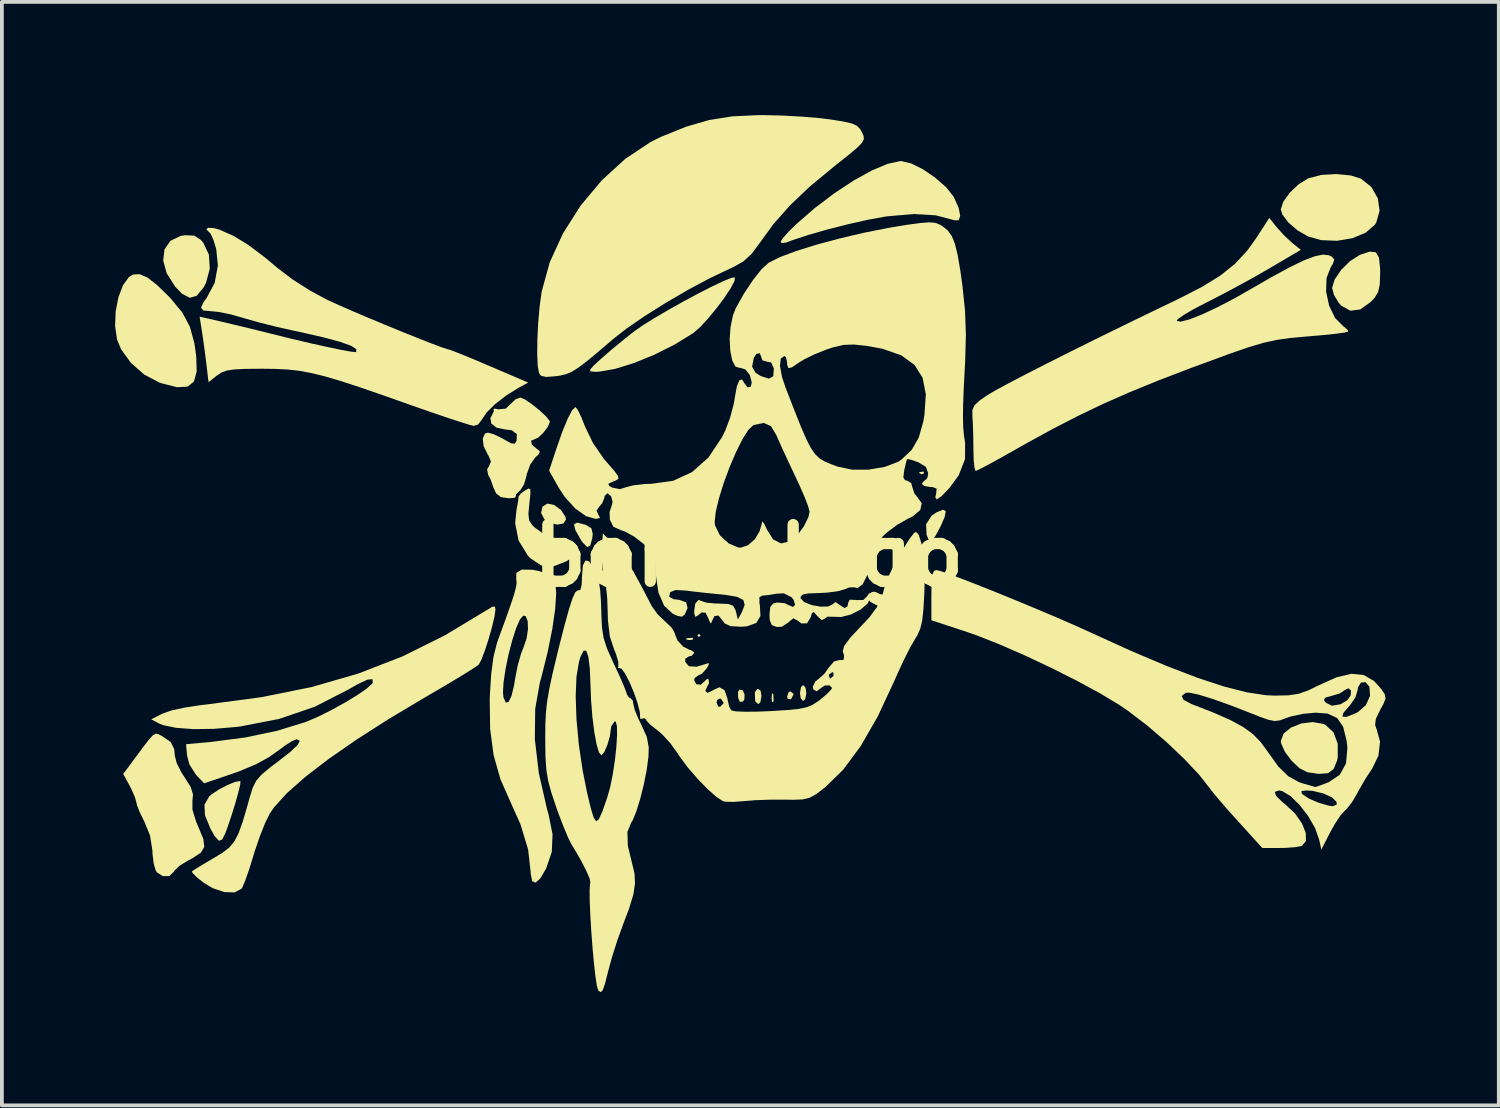
<source format=kicad_pcb>
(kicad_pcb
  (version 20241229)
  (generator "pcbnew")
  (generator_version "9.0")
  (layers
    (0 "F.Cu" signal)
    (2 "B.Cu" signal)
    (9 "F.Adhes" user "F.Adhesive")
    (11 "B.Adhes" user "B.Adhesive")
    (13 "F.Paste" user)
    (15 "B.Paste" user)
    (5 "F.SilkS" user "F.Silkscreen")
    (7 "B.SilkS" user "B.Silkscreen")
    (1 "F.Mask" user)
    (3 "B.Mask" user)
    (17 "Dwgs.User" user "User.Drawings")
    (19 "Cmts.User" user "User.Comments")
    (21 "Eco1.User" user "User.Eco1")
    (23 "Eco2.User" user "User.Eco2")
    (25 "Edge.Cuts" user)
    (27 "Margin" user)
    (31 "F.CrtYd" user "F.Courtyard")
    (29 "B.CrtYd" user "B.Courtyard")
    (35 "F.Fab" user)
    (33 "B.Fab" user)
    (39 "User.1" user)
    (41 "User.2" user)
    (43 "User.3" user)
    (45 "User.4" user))
  (footprint "bone_logo"
    (layer "F.Cu")
    (at 16.79 11.675)
    (property "Reference" "bone_logo" (at 0 0 0) (layer "F.SilkS") (effects (font (size 1.5 1.5) (thickness 0.3))))
    (attr board_only exclude_from_pos_files exclude_from_bom)
    (fp_poly (pts (xy -1.274 2.117) (xy -1.317 2.159) (xy -1.359 2.117) (xy -1.317 2.074)) (stroke (width 0) (type solid)) (fill yes) (layer "F.SilkS"))
    (fp_poly (pts (xy -1.467 2.193) (xy -1.492 2.231) (xy -1.579 2.237) (xy -1.669 2.216) (xy -1.63 2.186) (xy -1.497 2.176)) (stroke (width 0) (type solid)) (fill yes) (layer "F.SilkS"))
    (fp_poly (pts (xy 0.651 3.662) (xy 0.662 3.835) (xy 0.651 3.873) (xy 0.62 3.884) (xy 0.608 3.768) (xy 0.621 3.647)) (stroke (width 0) (type solid)) (fill yes) (layer "F.SilkS"))
    (fp_poly (pts (xy 4.644 -2.215) (xy 4.632 -2.165) (xy 4.587 -2.159) (xy 4.517 -2.19) (xy 4.531 -2.215) (xy 4.631 -2.226)) (stroke (width 0) (type solid)) (fill yes) (layer "F.SilkS"))
    (fp_poly (pts (xy -0.161 3.565) (xy -0.109 3.675) (xy -0.114 3.809) (xy -0.147 3.864) (xy -0.231 3.876) (xy -0.278 3.773) (xy -0.283 3.613) (xy -0.246 3.551)) (stroke (width 0) (type solid)) (fill yes) (layer "F.SilkS"))
    (fp_poly (pts (xy 1.187 3.659) (xy 1.189 3.678) (xy 1.128 3.793) (xy 1.104 3.81) (xy 1.032 3.791) (xy 1.019 3.73) (xy 1.064 3.614) (xy 1.104 3.598)) (stroke (width 0) (type solid)) (fill yes) (layer "F.SilkS"))
    (fp_poly (pts (xy 1.508 3.501) (xy 1.529 3.641) (xy 1.5 3.8) (xy 1.444 3.852) (xy 1.38 3.78) (xy 1.359 3.641) (xy 1.388 3.482) (xy 1.444 3.429)) (stroke (width 0) (type solid)) (fill yes) (layer "F.SilkS"))
    (fp_poly (pts (xy 0.316 3.578) (xy 0.34 3.718) (xy 0.312 3.881) (xy 0.255 3.937) (xy 0.179 3.868) (xy 0.17 3.81) (xy 0.166 3.657) (xy 0.164 3.622) (xy 0.222 3.541) (xy 0.248 3.53)) (stroke (width 0) (type solid)) (fill yes) (layer "F.SilkS"))
    (fp_poly (pts (xy -5.153 -1.342) (xy -4.971 -1.206) (xy -4.855 -1.028) (xy -4.842 -0.956) (xy -4.909 -0.852) (xy -5.068 -0.822) (xy -5.261 -0.864) (xy -5.412 -0.961) (xy -5.501 -1.132) (xy -5.467 -1.295) (xy -5.336 -1.38)) (stroke (width 0) (type solid)) (fill yes) (layer "F.SilkS"))
    (fp_poly (pts (xy 5.223 -1.181) (xy 5.195 -1.025) (xy 5.084 -0.772) (xy 4.943 -0.51) (xy 4.842 -0.399) (xy 4.766 -0.431) (xy 4.715 -0.55) (xy 4.702 -0.83) (xy 4.847 -1.058) (xy 4.971 -1.144) (xy 5.15 -1.217)) (stroke (width 0) (type solid)) (fill yes) (layer "F.SilkS"))
    (fp_poly (pts (xy -4.344 -0.824) (xy -4.309 -0.812) (xy -4.167 -0.725) (xy -4.132 -0.576) (xy -4.143 -0.473) (xy -4.197 -0.268) (xy -4.281 -0.228) (xy -4.402 -0.353) (xy -4.435 -0.402) (xy -4.591 -0.673) (xy -4.629 -0.827) (xy -4.548 -0.875)) (stroke (width 0) (type solid)) (fill yes) (layer "F.SilkS"))
    (fp_poly (pts (xy -14.69 -8.48) (xy -14.517 -8.367) (xy -14.451 -8.29) (xy -14.304 -7.977) (xy -14.28 -7.604) (xy -14.381 -7.228) (xy -14.448 -7.101) (xy -14.627 -6.887) (xy -14.81 -6.833) (xy -15.015 -6.939) (xy -15.2 -7.131) (xy -15.423 -7.484) (xy -15.515 -7.82) (xy -15.481 -8.115) (xy -15.326 -8.341) (xy -15.055 -8.473) (xy -14.931 -8.492)) (stroke (width 0) (type solid)) (fill yes) (layer "F.SilkS"))
    (fp_poly (pts (xy -13.468 5.98) (xy -13.475 6.071) (xy -13.525 6.279) (xy -13.605 6.564) (xy -13.703 6.881) (xy -13.807 7.189) (xy -13.864 7.345) (xy -13.951 7.522) (xy -14.038 7.556) (xy -14.146 7.441) (xy -14.263 7.236) (xy -14.409 6.877) (xy -14.421 6.599) (xy -14.297 6.382) (xy -14.233 6.326) (xy -14.036 6.195) (xy -13.809 6.077) (xy -13.606 5.995) (xy -13.48 5.974)) (stroke (width 0) (type solid)) (fill yes) (layer "F.SilkS"))
    (fp_poly (pts (xy 15.231 4.46) (xy 15.288 4.486) (xy 15.499 4.684) (xy 15.611 4.984) (xy 15.611 5.343) (xy 15.591 5.438) (xy 15.503 5.653) (xy 15.355 5.764) (xy 15.112 5.784) (xy 14.807 5.74) (xy 14.605 5.638) (xy 14.39 5.438) (xy 14.209 5.196) (xy 14.109 4.969) (xy 14.102 4.91) (xy 14.178 4.714) (xy 14.376 4.554) (xy 14.649 4.447) (xy 14.95 4.41)) (stroke (width 0) (type solid)) (fill yes) (layer "F.SilkS"))
    (fp_poly (pts (xy 16.62 -8.039) (xy 16.704 -7.898) (xy 16.734 -7.615) (xy 16.735 -7.489) (xy 16.725 -7.185) (xy 16.682 -6.986) (xy 16.586 -6.83) (xy 16.487 -6.724) (xy 16.209 -6.525) (xy 15.946 -6.491) (xy 15.708 -6.621) (xy 15.637 -6.7) (xy 15.513 -6.906) (xy 15.461 -7.092) (xy 15.461 -7.094) (xy 15.528 -7.317) (xy 15.7 -7.57) (xy 15.935 -7.804) (xy 16.189 -7.967) (xy 16.204 -7.973) (xy 16.46 -8.057)) (stroke (width 0) (type solid)) (fill yes) (layer "F.SilkS"))
    (fp_poly (pts (xy 15.959 -10.075) (xy 16.228 -9.989) (xy 16.504 -9.768) (xy 16.673 -9.469) (xy 16.72 -9.141) (xy 16.633 -8.83) (xy 16.597 -8.773) (xy 16.353 -8.559) (xy 16.001 -8.413) (xy 15.59 -8.344) (xy 15.171 -8.361) (xy 14.824 -8.459) (xy 14.543 -8.622) (xy 14.302 -8.829) (xy 14.143 -9.04) (xy 14.102 -9.176) (xy 14.169 -9.382) (xy 14.341 -9.62) (xy 14.576 -9.842) (xy 14.828 -9.998) (xy 14.838 -10.002) (xy 15.177 -10.089) (xy 15.576 -10.113)) (stroke (width 0) (type solid)) (fill yes) (layer "F.SilkS"))
    (fp_poly (pts (xy -15.934 -7.371) (xy -15.678 -7.172) (xy -15.349 -6.85) (xy -15.31 -6.809) (xy -15.006 -6.439) (xy -14.807 -6.064) (xy -14.687 -5.623) (xy -14.64 -5.285) (xy -14.628 -4.88) (xy -14.701 -4.613) (xy -14.87 -4.478) (xy -15.148 -4.464) (xy -15.546 -4.564) (xy -15.62 -4.589) (xy -16.016 -4.797) (xy -16.37 -5.107) (xy -16.633 -5.471) (xy -16.738 -5.726) (xy -16.79 -6.087) (xy -16.775 -6.476) (xy -16.701 -6.85) (xy -16.58 -7.167) (xy -16.423 -7.384) (xy -16.314 -7.45) (xy -16.139 -7.459)) (stroke (width 0) (type solid)) (fill yes) (layer "F.SilkS"))
    (fp_poly (pts (xy -5.786 -1.758) (xy -5.784 -1.629) (xy -5.812 -1.38) (xy -5.837 -1.105) (xy -5.817 -0.935) (xy -5.738 -0.811) (xy -5.674 -0.749) (xy -5.318 -0.493) (xy -4.963 -0.387) (xy -4.853 -0.381) (xy -4.616 -0.338) (xy -4.522 -0.227) (xy -4.571 -0.071) (xy -4.764 0.107) (xy -4.837 0.153) (xy -5.186 0.289) (xy -5.5 0.26) (xy -5.789 0.066) (xy -5.849 0.002) (xy -6.098 -0.402) (xy -6.188 -0.858) (xy -6.154 -1.207) (xy -6.113 -1.423) (xy -6.096 -1.558) (xy -6.096 -1.571) (xy -6.04 -1.645) (xy -5.93 -1.726) (xy -5.831 -1.78)) (stroke (width 0) (type solid)) (fill yes) (layer "F.SilkS"))
    (fp_poly (pts (xy -0.363 -7.375) (xy -0.375 -7.277) (xy -0.476 -7.086) (xy -0.642 -6.836) (xy -0.849 -6.56) (xy -1.071 -6.29) (xy -1.284 -6.059) (xy -1.464 -5.901) (xy -1.477 -5.892) (xy -1.97 -5.59) (xy -2.506 -5.322) (xy -3.045 -5.102) (xy -3.545 -4.948) (xy -3.965 -4.875) (xy -4.074 -4.872) (xy -4.184 -4.881) (xy -4.205 -4.922) (xy -4.124 -5.02) (xy -3.929 -5.202) (xy -3.908 -5.221) (xy -3.63 -5.462) (xy -3.296 -5.737) (xy -3.038 -5.941) (xy -2.807 -6.103) (xy -2.492 -6.299) (xy -2.123 -6.515) (xy -1.729 -6.736) (xy -1.336 -6.947) (xy -0.975 -7.131) (xy -0.673 -7.274) (xy -0.46 -7.361) (xy -0.363 -7.375)) (stroke (width 0) (type solid)) (fill yes) (layer "F.SilkS"))
    (fp_poly (pts (xy 4.303 -10.396) (xy 4.619 -10.239) (xy 4.944 -10.017) (xy 5.231 -9.765) (xy 5.429 -9.517) (xy 5.441 -9.495) (xy 5.566 -9.213) (xy 5.607 -9.002) (xy 5.565 -8.887) (xy 5.458 -8.887) (xy 4.957 -9.019) (xy 4.369 -9.053) (xy 3.668 -8.992) (xy 3.597 -8.981) (xy 3.153 -8.9) (xy 2.634 -8.783) (xy 2.092 -8.645) (xy 1.582 -8.499) (xy 1.159 -8.36) (xy 0.998 -8.298) (xy 0.877 -8.283) (xy 0.849 -8.319) (xy 0.907 -8.415) (xy 1.059 -8.586) (xy 1.258 -8.782) (xy 1.756 -9.214) (xy 2.274 -9.606) (xy 2.785 -9.942) (xy 3.264 -10.207) (xy 3.681 -10.383) (xy 4.012 -10.455) (xy 4.045 -10.456)) (stroke (width 0) (type solid)) (fill yes) (layer "F.SilkS"))
    (fp_poly (pts (xy -15.644 4.73) (xy -15.558 4.776) (xy -15.54 4.785) (xy -15.319 4.938) (xy -15.223 5.125) (xy -15.207 5.3) (xy -15.158 5.496) (xy -15.032 5.747) (xy -14.946 5.878) (xy -14.785 6.132) (xy -14.726 6.329) (xy -14.74 6.483) (xy -14.741 6.727) (xy -14.643 7.05) (xy -14.575 7.208) (xy -14.45 7.513) (xy -14.426 7.72) (xy -14.519 7.874) (xy -14.745 8.022) (xy -14.871 8.088) (xy -15.082 8.219) (xy -15.219 8.349) (xy -15.235 8.378) (xy -15.351 8.49) (xy -15.523 8.494) (xy -15.679 8.395) (xy -15.713 8.345) (xy -15.768 8.158) (xy -15.799 7.894) (xy -15.801 7.815) (xy -15.864 7.416) (xy -16.013 7.052) (xy -16.134 6.806) (xy -16.211 6.612) (xy -16.225 6.543) (xy -16.263 6.404) (xy -16.358 6.188) (xy -16.399 6.108) (xy -16.574 5.785) (xy -16.293 5.407) (xy -16.054 5.084) (xy -15.893 4.874) (xy -15.788 4.759) (xy -15.713 4.717)) (stroke (width 0) (type solid)) (fill yes) (layer "F.SilkS"))
    (fp_poly (pts (xy 0.877 -11.663) (xy 1.401 -11.635) (xy 1.879 -11.595) (xy 2.143 -11.563) (xy 2.504 -11.506) (xy 2.735 -11.453) (xy 2.873 -11.389) (xy 2.959 -11.298) (xy 3.001 -11.222) (xy 3.046 -11.122) (xy 3.053 -11.037) (xy 3.005 -10.943) (xy 2.883 -10.816) (xy 2.667 -10.634) (xy 2.34 -10.375) (xy 2.271 -10.32) (xy 1.622 -9.783) (xy 1.096 -9.283) (xy 0.659 -8.789) (xy 0.3 -8.296) (xy 0.079 -7.997) (xy -0.139 -7.798) (xy -0.418 -7.641) (xy -0.499 -7.605) (xy -1.021 -7.357) (xy -1.598 -7.049) (xy -2.189 -6.705) (xy -2.749 -6.353) (xy -3.236 -6.018) (xy -3.58 -5.749) (xy -3.984 -5.404) (xy -4.286 -5.154) (xy -4.512 -4.983) (xy -4.688 -4.873) (xy -4.841 -4.809) (xy -4.994 -4.772) (xy -5.11 -4.755) (xy -5.367 -4.736) (xy -5.504 -4.767) (xy -5.556 -4.836) (xy -5.59 -5.028) (xy -5.604 -5.345) (xy -5.599 -5.743) (xy -5.577 -6.178) (xy -5.539 -6.607) (xy -5.487 -6.986) (xy -5.483 -7.007) (xy -5.27 -7.778) (xy -4.918 -8.545) (xy -4.452 -9.277) (xy -3.894 -9.945) (xy -3.269 -10.516) (xy -2.6 -10.962) (xy -2.325 -11.098) (xy -1.656 -11.368) (xy -1.048 -11.544) (xy -0.434 -11.642) (xy 0.255 -11.674) (xy 0.382 -11.675)) (stroke (width 0) (type solid)) (fill yes) (layer "F.SilkS"))
    (fp_poly (pts (xy -5.927 -4.138) (xy -5.74 -4.01) (xy -5.536 -3.846) (xy -5.364 -3.685) (xy -5.272 -3.567) (xy -5.267 -3.548) (xy -5.321 -3.415) (xy -5.445 -3.252) (xy -5.583 -3.124) (xy -5.659 -3.09) (xy -5.766 -3.046) (xy -5.745 -2.942) (xy -5.628 -2.841) (xy -5.533 -2.766) (xy -5.56 -2.689) (xy -5.656 -2.601) (xy -5.786 -2.419) (xy -5.878 -2.166) (xy -5.887 -2.119) (xy -5.953 -1.888) (xy -6.049 -1.732) (xy -6.073 -1.714) (xy -6.167 -1.624) (xy -6.167 -1.579) (xy -6.201 -1.53) (xy -6.358 -1.522) (xy -6.562 -1.549) (xy -6.69 -1.646) (xy -6.765 -1.805) (xy -6.836 -2.015) (xy -6.903 -2.138) (xy -6.932 -2.288) (xy -6.884 -2.367) (xy -6.829 -2.494) (xy -6.894 -2.649) (xy -6.916 -2.682) (xy -7.023 -2.901) (xy -7.047 -3.101) (xy -6.989 -3.234) (xy -6.912 -3.26) (xy -6.753 -3.217) (xy -6.535 -3.112) (xy -6.487 -3.083) (xy -6.298 -2.978) (xy -6.201 -2.966) (xy -6.151 -3.037) (xy -6.142 -3.22) (xy -6.28 -3.324) (xy -6.451 -3.344) (xy -6.678 -3.39) (xy -6.821 -3.502) (xy -6.844 -3.647) (xy -6.807 -3.712) (xy -6.75 -3.833) (xy -6.763 -3.876) (xy -6.735 -3.897) (xy -6.629 -3.878) (xy -6.437 -3.896) (xy -6.319 -4.01) (xy -6.171 -4.148) (xy -6.048 -4.19)) (stroke (width 0) (type solid)) (fill yes) (layer "F.SilkS"))
    (fp_poly (pts (xy -5.738 0.373) (xy -5.583 0.403) (xy -5.318 0.482) (xy -5.178 0.584) (xy -5.127 0.697) (xy -5.1 0.991) (xy -5.127 1.416) (xy -5.204 1.946) (xy -5.326 2.551) (xy -5.489 3.204) (xy -5.532 3.357) (xy -5.657 4.061) (xy -5.666 4.869) (xy -5.561 5.761) (xy -5.343 6.718) (xy -5.304 6.852) (xy -5.197 7.386) (xy -5.217 7.851) (xy -5.367 8.292) (xy -5.369 8.295) (xy -5.522 8.555) (xy -5.649 8.666) (xy -5.737 8.626) (xy -5.776 8.431) (xy -5.777 8.386) (xy -5.845 7.787) (xy -6.045 7.125) (xy -6.299 6.557) (xy -6.579 5.923) (xy -6.759 5.286) (xy -6.851 4.597) (xy -6.862 3.809) (xy -6.857 3.683) (xy -6.854 3.627) (xy -6.511 3.627) (xy -6.497 3.759) (xy -6.435 3.894) (xy -6.361 3.876) (xy -6.285 3.718) (xy -6.217 3.437) (xy -6.189 3.262) (xy -6.123 2.92) (xy -6.031 2.595) (xy -5.967 2.433) (xy -5.885 2.195) (xy -5.848 1.946) (xy -5.856 1.734) (xy -5.908 1.604) (xy -5.973 1.589) (xy -6.062 1.692) (xy -6.163 1.924) (xy -6.266 2.245) (xy -6.362 2.615) (xy -6.441 2.995) (xy -6.494 3.346) (xy -6.511 3.627) (xy -6.854 3.627) (xy -6.822 3.126) (xy -6.764 2.691) (xy -6.675 2.332) (xy -6.631 2.201) (xy -6.441 1.683) (xy -6.306 1.299) (xy -6.216 1.027) (xy -6.167 0.842) (xy -6.149 0.722) (xy -6.157 0.641) (xy -6.16 0.631) (xy -6.157 0.457) (xy -6.014 0.37)) (stroke (width 0) (type solid)) (fill yes) (layer "F.SilkS"))
    (fp_poly (pts (xy 13.989 -8.709) (xy 14.194 -8.482) (xy 14.408 -8.285) (xy 14.633 -8.104) (xy 13.794 -7.61) (xy 13.341 -7.351) (xy 12.828 -7.07) (xy 12.336 -6.812) (xy 12.125 -6.705) (xy 11.795 -6.534) (xy 11.536 -6.383) (xy 11.377 -6.271) (xy 11.342 -6.221) (xy 11.45 -6.201) (xy 11.679 -6.26) (xy 12.008 -6.389) (xy 12.413 -6.578) (xy 12.873 -6.818) (xy 13.252 -7.033) (xy 13.86 -7.383) (xy 14.345 -7.646) (xy 14.722 -7.828) (xy 15.009 -7.936) (xy 15.223 -7.978) (xy 15.381 -7.959) (xy 15.451 -7.925) (xy 15.52 -7.847) (xy 15.48 -7.729) (xy 15.43 -7.653) (xy 15.314 -7.358) (xy 15.303 -6.996) (xy 15.382 -6.625) (xy 15.54 -6.298) (xy 15.764 -6.073) (xy 15.785 -6.061) (xy 15.881 -5.976) (xy 15.88 -5.935) (xy 15.781 -5.91) (xy 15.548 -5.879) (xy 15.215 -5.844) (xy 14.818 -5.81) (xy 14.363 -5.769) (xy 13.989 -5.717) (xy 13.64 -5.64) (xy 13.257 -5.527) (xy 12.784 -5.363) (xy 12.7 -5.333) (xy 11.715 -4.971) (xy 10.86 -4.643) (xy 10.103 -4.334) (xy 9.409 -4.029) (xy 8.746 -3.712) (xy 8.082 -3.371) (xy 7.383 -2.989) (xy 7.051 -2.801) (xy 6.685 -2.595) (xy 6.372 -2.423) (xy 6.141 -2.302) (xy 6.023 -2.246) (xy 6.015 -2.244) (xy 5.986 -2.321) (xy 5.964 -2.524) (xy 5.956 -2.809) (xy 5.956 -2.815) (xy 5.952 -3.162) (xy 5.942 -3.485) (xy 5.93 -3.68) (xy 5.928 -3.854) (xy 5.982 -3.983) (xy 6.124 -4.114) (xy 6.329 -4.255) (xy 6.535 -4.377) (xy 6.877 -4.562) (xy 7.337 -4.803) (xy 7.899 -5.09) (xy 8.545 -5.415) (xy 9.257 -5.768) (xy 10.019 -6.141) (xy 10.811 -6.525) (xy 11.383 -6.8) (xy 12.007 -7.119) (xy 12.499 -7.422) (xy 12.889 -7.734) (xy 13.21 -8.079) (xy 13.444 -8.405) (xy 13.797 -8.95)) (stroke (width 0) (type solid)) (fill yes) (layer "F.SilkS"))
    (fp_poly (pts (xy -14.176 -8.681) (xy -14.026 -8.639) (xy -13.656 -8.477) (xy -13.26 -8.235) (xy -12.807 -7.893) (xy -12.488 -7.625) (xy -12.09 -7.322) (xy -11.613 -7.018) (xy -11.171 -6.781) (xy -10.893 -6.654) (xy -10.527 -6.493) (xy -10.103 -6.313) (xy -9.65 -6.124) (xy -9.197 -5.938) (xy -8.773 -5.767) (xy -8.407 -5.624) (xy -8.128 -5.519) (xy -7.965 -5.466) (xy -7.939 -5.461) (xy -7.846 -5.429) (xy -7.627 -5.343) (xy -7.314 -5.214) (xy -6.938 -5.055) (xy -6.864 -5.024) (xy -5.842 -4.586) (xy -6.091 -4.452) (xy -6.422 -4.247) (xy -6.723 -4.013) (xy -6.95 -3.788) (xy -7.057 -3.624) (xy -7.17 -3.475) (xy -7.282 -3.439) (xy -7.407 -3.469) (xy -7.664 -3.549) (xy -8.024 -3.668) (xy -8.462 -3.817) (xy -8.948 -3.988) (xy -8.962 -3.993) (xy -9.712 -4.258) (xy -10.327 -4.47) (xy -10.832 -4.634) (xy -11.251 -4.757) (xy -11.608 -4.843) (xy -11.928 -4.901) (xy -12.234 -4.934) (xy -12.552 -4.949) (xy -12.887 -4.953) (xy -13.32 -4.95) (xy -13.62 -4.936) (xy -13.823 -4.907) (xy -13.965 -4.857) (xy -14.082 -4.78) (xy -14.088 -4.776) (xy -14.314 -4.598) (xy -14.367 -5.051) (xy -14.413 -5.413) (xy -14.465 -5.791) (xy -14.485 -5.918) (xy -14.55 -6.333) (xy -14.304 -6.278) (xy -14.017 -6.212) (xy -13.632 -6.12) (xy -13.215 -6.02) (xy -12.833 -5.926) (xy -12.7 -5.892) (xy -12.15 -5.756) (xy -11.634 -5.634) (xy -11.177 -5.532) (xy -10.804 -5.454) (xy -10.54 -5.406) (xy -10.409 -5.393) (xy -10.401 -5.396) (xy -10.398 -5.473) (xy -10.537 -5.562) (xy -10.825 -5.665) (xy -11.267 -5.785) (xy -11.869 -5.922) (xy -12.105 -5.973) (xy -12.53 -6.068) (xy -12.969 -6.179) (xy -13.341 -6.283) (xy -13.408 -6.304) (xy -13.738 -6.396) (xy -14.048 -6.458) (xy -14.237 -6.477) (xy -14.449 -6.497) (xy -14.514 -6.573) (xy -14.44 -6.728) (xy -14.365 -6.828) (xy -14.151 -7.227) (xy -14.066 -7.69) (xy -14.11 -8.126) (xy -14.183 -8.364) (xy -14.255 -8.525) (xy -14.282 -8.558) (xy -14.372 -8.644) (xy -14.326 -8.688)) (stroke (width 0) (type solid)) (fill yes) (layer "F.SilkS"))
    (fp_poly (pts (xy -6.722 1.354) (xy -6.711 1.431) (xy -6.736 1.618) (xy -6.802 1.895) (xy -6.892 2.211) (xy -6.991 2.517) (xy -7.084 2.76) (xy -7.155 2.89) (xy -7.157 2.891) (xy -7.263 2.966) (xy -7.49 3.11) (xy -7.811 3.305) (xy -8.201 3.536) (xy -8.537 3.732) (xy -9.519 4.317) (xy -10.388 4.873) (xy -11.138 5.393) (xy -11.758 5.87) (xy -12.242 6.299) (xy -12.581 6.674) (xy -12.695 6.842) (xy -12.817 7.092) (xy -12.956 7.443) (xy -13.089 7.832) (xy -13.127 7.959) (xy -13.234 8.304) (xy -13.334 8.593) (xy -13.412 8.781) (xy -13.437 8.824) (xy -13.623 8.924) (xy -13.893 8.917) (xy -14.205 8.811) (xy -14.437 8.672) (xy -14.63 8.519) (xy -14.741 8.405) (xy -14.752 8.366) (xy -14.66 8.304) (xy -14.463 8.183) (xy -14.2 8.028) (xy -14.17 8.011) (xy -13.94 7.87) (xy -13.767 7.737) (xy -13.633 7.579) (xy -13.522 7.366) (xy -13.413 7.067) (xy -13.29 6.65) (xy -13.216 6.384) (xy -13.14 6.143) (xy -13.048 5.962) (xy -12.904 5.798) (xy -12.674 5.607) (xy -12.489 5.468) (xy -12.149 5.203) (xy -11.952 5.018) (xy -11.895 4.908) (xy -11.974 4.869) (xy -11.987 4.868) (xy -12.106 4.917) (xy -12.297 5.04) (xy -12.39 5.111) (xy -12.713 5.34) (xy -13.059 5.53) (xy -13.481 5.707) (xy -13.844 5.835) (xy -14.43 6.033) (xy -14.645 5.809) (xy -14.821 5.533) (xy -14.884 5.291) (xy -14.909 4.997) (xy -14.232 4.935) (xy -13.338 4.818) (xy -12.495 4.641) (xy -11.757 4.414) (xy -11.72 4.401) (xy -11.403 4.265) (xy -11.05 4.088) (xy -10.695 3.892) (xy -10.375 3.697) (xy -10.124 3.525) (xy -9.979 3.395) (xy -9.959 3.361) (xy -9.972 3.272) (xy -10.108 3.288) (xy -10.37 3.411) (xy -10.608 3.548) (xy -11.5 4.005) (xy -12.443 4.327) (xy -13.475 4.527) (xy -13.582 4.54) (xy -14.167 4.59) (xy -14.708 4.597) (xy -15.169 4.564) (xy -15.517 4.492) (xy -15.631 4.445) (xy -15.832 4.338) (xy -15.535 4.186) (xy -15.303 4.105) (xy -14.949 4.027) (xy -14.518 3.961) (xy -14.351 3.942) (xy -12.897 3.748) (xy -11.569 3.479) (xy -10.338 3.122) (xy -9.174 2.67) (xy -8.047 2.11) (xy -6.945 1.446) (xy -6.786 1.351)) (stroke (width 0) (type solid)) (fill yes) (layer "F.SilkS"))
    (fp_poly (pts (xy -4.233 0.146) (xy -4.121 0.309) (xy -4.003 0.61) (xy -3.958 0.762) (xy -3.934 0.928) (xy -3.915 1.205) (xy -3.903 1.537) (xy -3.903 1.566) (xy -3.887 1.908) (xy -3.843 2.186) (xy -3.752 2.465) (xy -3.598 2.813) (xy -3.56 2.892) (xy -3.413 3.208) (xy -3.299 3.471) (xy -3.236 3.64) (xy -3.228 3.675) (xy -3.168 3.764) (xy -3.143 3.768) (xy -3.072 3.838) (xy -3.058 3.924) (xy -3.02 4.085) (xy -2.921 4.327) (xy -2.839 4.492) (xy -2.699 4.804) (xy -2.648 5.084) (xy -2.656 5.33) (xy -2.701 5.673) (xy -2.777 6.059) (xy -2.873 6.441) (xy -2.975 6.774) (xy -3.071 7.009) (xy -3.114 7.076) (xy -3.213 7.321) (xy -3.201 7.692) (xy -3.096 8.128) (xy -3.026 8.414) (xy -3.011 8.684) (xy -3.056 8.982) (xy -3.167 9.349) (xy -3.326 9.768) (xy -3.476 10.183) (xy -3.623 10.644) (xy -3.728 11.031) (xy -3.807 11.344) (xy -3.867 11.515) (xy -3.921 11.568) (xy -3.981 11.529) (xy -3.985 11.523) (xy -4.021 11.405) (xy -4.06 11.153) (xy -4.1 10.804) (xy -4.137 10.395) (xy -4.17 9.96) (xy -4.196 9.536) (xy -4.212 9.159) (xy -4.215 8.865) (xy -4.203 8.69) (xy -4.195 8.664) (xy -4.213 8.561) (xy -4.302 8.354) (xy -4.44 8.085) (xy -4.607 7.794) (xy -4.69 7.662) (xy -4.776 7.492) (xy -4.896 7.208) (xy -5.031 6.857) (xy -5.107 6.646) (xy -5.233 6.267) (xy -5.315 5.96) (xy -5.363 5.664) (xy -5.385 5.32) (xy -5.391 4.868) (xy -5.388 4.495) (xy -5.374 4.174) (xy -5.341 3.864) (xy -5.317 3.728) (xy -4.584 3.728) (xy -4.563 4.339) (xy -4.501 5.004) (xy -4.401 5.685) (xy -4.285 6.265) (xy -4.186 6.684) (xy -4.109 6.94) (xy -4.041 7.039) (xy -3.968 6.983) (xy -3.876 6.776) (xy -3.752 6.423) (xy -3.747 6.41) (xy -3.668 6.126) (xy -3.6 5.785) (xy -3.544 5.419) (xy -3.506 5.064) (xy -3.487 4.753) (xy -3.491 4.52) (xy -3.522 4.399) (xy -3.554 4.394) (xy -3.64 4.523) (xy -3.653 4.607) (xy -3.68 4.797) (xy -3.744 5.015) (xy -3.824 5.201) (xy -3.897 5.29) (xy -3.904 5.292) (xy -3.968 5.212) (xy -4.032 4.995) (xy -4.091 4.671) (xy -4.141 4.273) (xy -4.176 3.831) (xy -4.191 3.436) (xy -4.21 2.985) (xy -4.249 2.678) (xy -4.304 2.52) (xy -4.374 2.518) (xy -4.455 2.676) (xy -4.496 2.81) (xy -4.563 3.206) (xy -4.584 3.728) (xy -5.317 3.728) (xy -5.283 3.527) (xy -5.196 3.12) (xy -5.072 2.605) (xy -5.019 2.388) (xy -4.873 1.82) (xy -4.757 1.403) (xy -4.665 1.124) (xy -4.593 0.969) (xy -4.537 0.924) (xy -4.53 0.925) (xy -4.46 0.907) (xy -4.425 0.766) (xy -4.417 0.548) (xy -4.393 0.26) (xy -4.327 0.128)) (stroke (width 0) (type solid)) (fill yes) (layer "F.SilkS"))
    (fp_poly (pts (xy 4.505 -0.558) (xy 4.572 -0.346) (xy 4.623 -0.028) (xy 4.654 0.366) (xy 4.661 0.802) (xy 4.655 1.012) (xy 4.631 1.433) (xy 4.598 1.728) (xy 4.546 1.941) (xy 4.467 2.117) (xy 4.404 2.218) (xy 4.276 2.442) (xy 4.112 2.767) (xy 3.94 3.137) (xy 3.868 3.302) (xy 3.423 4.257) (xy 2.969 5.047) (xy 2.504 5.673) (xy 2.026 6.14) (xy 2.008 6.154) (xy 1.79 6.32) (xy 1.618 6.415) (xy 1.432 6.46) (xy 1.174 6.47) (xy 0.946 6.466) (xy 0.557 6.467) (xy 0.168 6.481) (xy -0.127 6.505) (xy -0.4 6.526) (xy -0.614 6.521) (xy -0.68 6.507) (xy -0.857 6.392) (xy -1.098 6.177) (xy -1.364 5.902) (xy -1.621 5.604) (xy -1.83 5.321) (xy -1.877 5.248) (xy -2.076 4.97) (xy -2.302 4.725) (xy -2.428 4.621) (xy -2.609 4.48) (xy -2.711 4.368) (xy -2.718 4.344) (xy -2.771 4.305) (xy -2.805 4.319) (xy -2.876 4.326) (xy -2.876 4.303) (xy -2.884 4.144) (xy -2.945 3.905) (xy -2.948 3.895) (xy -0.849 3.895) (xy -0.806 4) (xy -0.758 4.005) (xy -0.67 3.918) (xy -0.667 3.895) (xy -0.733 3.795) (xy -0.758 3.784) (xy -0.836 3.825) (xy -0.849 3.895) (xy -2.948 3.895) (xy -3.041 3.628) (xy -3.155 3.357) (xy -3.27 3.132) (xy -3.368 2.996) (xy -3.421 2.978) (xy -3.469 2.977) (xy -3.454 2.943) (xy -3.454 2.819) (xy -3.516 2.606) (xy -3.566 2.485) (xy -3.679 2.14) (xy -3.73 1.71) (xy -3.736 1.473) (xy -3.749 1.121) (xy -3.781 0.801) (xy -3.825 0.581) (xy -3.828 0.573) (xy -3.875 0.336) (xy -3.895 0.025) (xy -3.891 -0.136) (xy -3.865 -0.588) (xy -3.562 -0.285) (xy -3.404 -0.109) (xy -3.241 0.118) (xy -3.055 0.421) (xy -2.832 0.828) (xy -2.568 1.337) (xy -2.412 1.555) (xy -2.204 1.752) (xy -2.201 1.755) (xy -2.036 1.913) (xy -1.955 2.061) (xy -1.954 2.077) (xy -1.888 2.246) (xy -1.737 2.409) (xy -1.569 2.495) (xy -1.544 2.498) (xy -1.45 2.554) (xy -1.444 2.582) (xy -1.513 2.656) (xy -1.578 2.667) (xy -1.679 2.729) (xy -1.681 2.815) (xy -1.584 2.93) (xy -1.38 2.944) (xy -1.16 2.878) (xy -1.055 2.845) (xy -1.064 2.905) (xy -1.116 2.993) (xy -1.242 3.132) (xy -1.337 3.175) (xy -1.432 3.243) (xy -1.444 3.302) (xy -1.386 3.408) (xy -1.266 3.419) (xy -1.168 3.33) (xy -1.166 3.323) (xy -1.094 3.263) (xy -1.061 3.279) (xy -1.051 3.385) (xy -1.092 3.456) (xy -1.15 3.585) (xy -1.09 3.636) (xy -0.958 3.576) (xy -0.939 3.56) (xy -0.774 3.487) (xy -0.64 3.565) (xy -0.564 3.778) (xy -0.562 3.8) (xy -0.517 3.997) (xy -0.46 4.101) (xy -0.348 4.126) (xy -0.105 4.137) (xy 0.234 4.134) (xy 0.595 4.119) (xy 1.024 4.092) (xy 1.324 4.062) (xy 1.533 4.019) (xy 1.691 3.955) (xy 1.838 3.86) (xy 1.89 3.821) (xy 2.078 3.663) (xy 2.193 3.539) (xy 2.209 3.504) (xy 2.147 3.438) (xy 2.019 3.441) (xy 1.912 3.512) (xy 1.911 3.514) (xy 1.803 3.595) (xy 1.714 3.545) (xy 1.699 3.474) (xy 1.766 3.336) (xy 1.851 3.269) (xy 1.958 3.175) (xy 2.124 3.175) (xy 2.153 3.257) (xy 2.161 3.26) (xy 2.234 3.2) (xy 2.251 3.175) (xy 2.244 3.097) (xy 2.214 3.09) (xy 2.127 3.152) (xy 2.124 3.175) (xy 1.958 3.175) (xy 2.003 3.136) (xy 2.122 2.967) (xy 2.262 2.804) (xy 2.391 2.77) (xy 2.517 2.761) (xy 2.531 2.655) (xy 2.494 2.539) (xy 2.527 2.399) (xy 2.694 2.172) (xy 2.887 1.967) (xy 3.199 1.635) (xy 3.405 1.356) (xy 3.535 1.081) (xy 3.609 0.804) (xy 3.672 0.625) (xy 3.792 0.37) (xy 3.945 0.081) (xy 4.11 -0.204) (xy 4.262 -0.443) (xy 4.379 -0.596) (xy 4.428 -0.632)) (stroke (width 0) (type solid)) (fill yes) (layer "F.SilkS"))
    (fp_poly (pts (xy 5.098 0.413) (xy 5.353 0.502) (xy 5.712 0.637) (xy 6.151 0.809) (xy 6.644 1.006) (xy 7.166 1.22) (xy 7.691 1.439) (xy 8.195 1.652) (xy 8.651 1.851) (xy 9.034 2.024) (xy 9.06 2.036) (xy 10.133 2.524) (xy 11.074 2.923) (xy 11.892 3.236) (xy 12.596 3.468) (xy 13.195 3.621) (xy 13.701 3.698) (xy 13.933 3.709) (xy 14.3 3.702) (xy 14.575 3.661) (xy 14.833 3.57) (xy 15.08 3.449) (xy 15.573 3.226) (xy 15.973 3.131) (xy 16.301 3.164) (xy 16.577 3.325) (xy 16.758 3.526) (xy 16.857 3.67) (xy 16.879 3.783) (xy 16.822 3.93) (xy 16.736 4.086) (xy 16.622 4.323) (xy 16.601 4.486) (xy 16.641 4.597) (xy 16.732 4.932) (xy 16.689 5.302) (xy 16.526 5.639) (xy 16.351 5.904) (xy 16.174 6.21) (xy 16.133 6.289) (xy 15.992 6.529) (xy 15.851 6.711) (xy 15.802 6.755) (xy 15.685 6.883) (xy 15.534 7.111) (xy 15.415 7.324) (xy 15.176 7.789) (xy 15.118 7.523) (xy 15.01 7.218) (xy 14.826 6.9) (xy 14.599 6.605) (xy 14.36 6.372) (xy 14.141 6.24) (xy 14.133 6.238) (xy 14.651 6.238) (xy 14.654 6.297) (xy 14.683 6.329) (xy 14.858 6.443) (xy 15.117 6.553) (xy 15.378 6.627) (xy 15.479 6.64) (xy 15.584 6.598) (xy 15.579 6.525) (xy 15.459 6.407) (xy 15.23 6.302) (xy 14.954 6.235) (xy 14.794 6.223) (xy 14.651 6.238) (xy 14.133 6.238) (xy 14.053 6.223) (xy 13.942 6.261) (xy 13.979 6.37) (xy 14.161 6.545) (xy 14.229 6.598) (xy 14.482 6.837) (xy 14.665 7.1) (xy 14.765 7.353) (xy 14.768 7.56) (xy 14.663 7.689) (xy 14.647 7.696) (xy 14.488 7.725) (xy 14.23 7.744) (xy 14.062 7.747) (xy 13.612 7.747) (xy 12.986 7.058) (xy 12.717 6.758) (xy 12.482 6.488) (xy 12.309 6.282) (xy 12.239 6.19) (xy 11.946 5.816) (xy 11.545 5.389) (xy 11.075 4.942) (xy 10.571 4.509) (xy 10.072 4.127) (xy 9.817 3.952) (xy 9.43 3.72) (xy 11.475 3.72) (xy 11.528 3.823) (xy 11.735 3.932) (xy 11.744 3.936) (xy 12.325 4.162) (xy 12.77 4.359) (xy 13.108 4.543) (xy 13.366 4.732) (xy 13.572 4.943) (xy 13.754 5.194) (xy 13.758 5.2) (xy 14.037 5.589) (xy 14.3 5.845) (xy 14.58 6.001) (xy 14.696 6.039) (xy 14.896 6.096) (xy 15.007 6.129) (xy 15.013 6.131) (xy 15.096 6.107) (xy 15.281 6.039) (xy 15.37 6.004) (xy 15.665 5.807) (xy 15.831 5.504) (xy 15.867 5.092) (xy 15.847 4.908) (xy 15.754 4.534) (xy 15.594 4.301) (xy 15.519 4.267) (xy 15.735 4.267) (xy 15.844 4.273) (xy 16.081 4.178) (xy 16.143 4.147) (xy 16.358 3.961) (xy 16.468 3.711) (xy 16.45 3.472) (xy 16.346 3.352) (xy 16.224 3.365) (xy 16.146 3.493) (xy 16.14 3.552) (xy 16.082 3.753) (xy 15.94 3.96) (xy 15.928 3.972) (xy 15.762 4.165) (xy 15.735 4.267) (xy 15.519 4.267) (xy 15.34 4.185) (xy 15.024 4.161) (xy 14.692 4.192) (xy 14.374 4.26) (xy 14.256 4.3) (xy 14.085 4.364) (xy 13.941 4.383) (xy 13.769 4.349) (xy 13.518 4.259) (xy 13.364 4.197) (xy 12.791 3.974) (xy 12.38 3.827) (xy 15.246 3.827) (xy 15.293 3.897) (xy 15.459 3.977) (xy 15.686 3.938) (xy 15.864 3.832) (xy 15.952 3.706) (xy 15.963 3.575) (xy 15.892 3.514) (xy 15.891 3.514) (xy 15.774 3.575) (xy 15.765 3.587) (xy 15.657 3.654) (xy 15.459 3.713) (xy 15.452 3.714) (xy 15.278 3.763) (xy 15.246 3.827) (xy 12.38 3.827) (xy 12.308 3.801) (xy 11.931 3.685) (xy 11.679 3.631) (xy 11.583 3.634) (xy 11.475 3.72) (xy 9.43 3.72) (xy 9.317 3.651) (xy 8.704 3.319) (xy 8.023 2.976) (xy 7.322 2.646) (xy 6.647 2.351) (xy 6.046 2.114) (xy 5.798 2.027) (xy 4.842 1.712) (xy 4.842 1.046) (xy 4.848 0.705) (xy 4.869 0.501) (xy 4.912 0.404) (xy 4.975 0.381)) (stroke (width 0) (type solid)) (fill yes) (layer "F.SilkS"))
    (fp_poly (pts (xy 4.946 -8.819) (xy 5.071 -8.77) (xy 5.138 -8.729) (xy 5.275 -8.619) (xy 5.381 -8.474) (xy 5.466 -8.265) (xy 5.54 -7.963) (xy 5.611 -7.541) (xy 5.665 -7.154) (xy 5.734 -6.495) (xy 5.757 -5.853) (xy 5.737 -5.142) (xy 5.734 -5.08) (xy 5.702 -4.482) (xy 5.684 -4.023) (xy 5.679 -3.672) (xy 5.686 -3.399) (xy 5.707 -3.175) (xy 5.736 -2.991) (xy 5.734 -2.558) (xy 5.566 -2.128) (xy 5.325 -1.799) (xy 5.113 -1.577) (xy 4.985 -1.491) (xy 4.946 -1.543) (xy 4.97 -1.651) (xy 4.98 -1.776) (xy 4.872 -1.818) (xy 4.805 -1.82) (xy 4.643 -1.849) (xy 4.587 -1.905) (xy 4.652 -1.987) (xy 4.672 -1.99) (xy 4.738 -2.062) (xy 4.757 -2.183) (xy 4.699 -2.351) (xy 4.503 -2.471) (xy 4.487 -2.478) (xy 4.301 -2.541) (xy 4.203 -2.561) (xy 4.199 -2.56) (xy 4.172 -2.472) (xy 4.128 -2.286) (xy 4.123 -2.265) (xy 4.099 -2.073) (xy 4.146 -1.997) (xy 4.198 -1.99) (xy 4.31 -1.92) (xy 4.332 -1.831) (xy 4.394 -1.644) (xy 4.46 -1.566) (xy 4.586 -1.388) (xy 4.548 -1.209) (xy 4.35 -1.042) (xy 4.226 -0.981) (xy 3.939 -0.819) (xy 3.648 -0.6) (xy 3.558 -0.516) (xy 3.351 -0.27) (xy 3.242 -0.016) (xy 3.199 0.235) (xy 3.131 0.542) (xy 3.02 0.759) (xy 2.888 0.858) (xy 2.793 0.84) (xy 2.671 0.841) (xy 2.547 0.89) (xy 2.368 0.942) (xy 2.09 0.979) (xy 1.862 0.991) (xy 1.574 1.002) (xy 1.423 1.034) (xy 1.375 1.096) (xy 1.377 1.132) (xy 1.472 1.231) (xy 1.669 1.309) (xy 1.905 1.352) (xy 2.112 1.347) (xy 2.222 1.29) (xy 2.302 1.23) (xy 2.392 1.292) (xy 2.539 1.39) (xy 2.622 1.342) (xy 2.633 1.261) (xy 2.676 1.167) (xy 2.828 1.173) (xy 2.841 1.177) (xy 3.038 1.175) (xy 3.136 1.08) (xy 3.203 0.983) (xy 3.224 1.044) (xy 3.226 1.106) (xy 3.153 1.271) (xy 2.964 1.431) (xy 2.712 1.559) (xy 2.45 1.626) (xy 2.293 1.621) (xy 2.088 1.617) (xy 2.008 1.675) (xy 1.936 1.709) (xy 1.829 1.61) (xy 1.726 1.495) (xy 1.677 1.519) (xy 1.644 1.631) (xy 1.548 1.793) (xy 1.4 1.797) (xy 1.286 1.714) (xy 1.181 1.66) (xy 1.075 1.747) (xy 1.063 1.764) (xy 0.88 1.883) (xy 0.75 1.891) (xy 0.614 1.841) (xy 0.559 1.711) (xy 0.552 1.566) (xy 0.572 1.359) (xy 0.655 1.266) (xy 0.748 1.242) (xy 0.952 1.259) (xy 1.059 1.31) (xy 1.179 1.361) (xy 1.23 1.299) (xy 1.193 1.174) (xy 1.134 1.1) (xy 0.931 0.998) (xy 0.74 1.008) (xy 0.517 1.045) (xy 0.365 1.058) (xy 0.284 1.103) (xy 0.286 1.259) (xy 0.296 1.307) (xy 0.313 1.598) (xy 0.203 1.783) (xy -0.043 1.872) (xy -0.209 1.884) (xy -0.477 1.869) (xy -0.628 1.802) (xy -0.684 1.728) (xy -0.803 1.585) (xy -0.907 1.602) (xy -0.962 1.714) (xy -0.999 1.801) (xy -1.041 1.737) (xy -1.063 1.672) (xy -1.144 1.51) (xy -1.25 1.507) (xy -1.342 1.583) (xy -1.416 1.623) (xy -1.443 1.521) (xy -1.444 1.461) (xy -1.411 1.261) (xy -1.327 1.173) (xy -1.236 1.209) (xy -1.121 1.245) (xy -0.9 1.267) (xy -0.782 1.27) (xy -0.537 1.281) (xy -0.41 1.33) (xy -0.349 1.441) (xy -0.338 1.482) (xy -0.287 1.693) (xy -0.179 1.496) (xy -0.105 1.305) (xy -0.141 1.176) (xy -0.305 1.092) (xy -0.616 1.039) (xy -0.737 1.027) (xy -1.098 0.992) (xy -1.448 0.953) (xy -1.668 0.925) (xy -1.941 0.911) (xy -2.078 0.969) (xy -2.08 0.971) (xy -2.106 1.09) (xy -1.99 1.154) (xy -1.832 1.173) (xy -1.656 1.238) (xy -1.619 1.39) (xy -1.689 1.553) (xy -1.767 1.619) (xy -1.896 1.593) (xy -2.012 1.538) (xy -2.24 1.327) (xy -2.391 0.98) (xy -2.46 0.511) (xy -2.464 0.36) (xy -2.48 0.113) (xy -2.553 -0.067) (xy -2.718 -0.251) (xy -2.794 -0.32) (xy -3.037 -0.506) (xy -3.281 -0.64) (xy -3.379 -0.673) (xy -3.586 -0.765) (xy -3.647 -0.889) (xy -0.901 -0.889) (xy -0.892 -0.806) (xy -0.765 -0.543) (xy -0.542 -0.33) (xy -0.28 -0.218) (xy -0.207 -0.212) (xy -0.017 -0.277) (xy 0.164 -0.435) (xy 0.289 -0.644) (xy 0.344 -0.836) (xy 0.344 -0.837) (xy 0.364 -0.91) (xy 0.421 -0.832) (xy 0.479 -0.702) (xy 0.647 -0.432) (xy 0.856 -0.324) (xy 1.102 -0.38) (xy 1.106 -0.382) (xy 1.288 -0.537) (xy 1.462 -0.774) (xy 1.584 -1.023) (xy 1.614 -1.165) (xy 1.579 -1.302) (xy 1.484 -1.55) (xy 1.345 -1.869) (xy 1.238 -2.097) (xy 1.063 -2.467) (xy 0.901 -2.816) (xy 0.777 -3.093) (xy 0.733 -3.196) (xy 0.589 -3.434) (xy 0.397 -3.517) (xy 0.13 -3.461) (xy -0.003 -3.34) (xy -0.162 -3.091) (xy -0.333 -2.749) (xy -0.504 -2.349) (xy -0.66 -1.928) (xy -0.787 -1.52) (xy -0.872 -1.162) (xy -0.901 -0.889) (xy -3.647 -0.889) (xy -3.677 -0.95) (xy -3.679 -0.957) (xy -3.685 -1.16) (xy -3.644 -1.28) (xy -3.605 -1.419) (xy -3.644 -1.572) (xy -3.738 -1.65) (xy -3.747 -1.651) (xy -3.816 -1.583) (xy -3.823 -1.534) (xy -3.883 -1.386) (xy -3.951 -1.311) (xy -4.032 -1.193) (xy -3.983 -1.089) (xy -3.94 -0.999) (xy -4.044 -0.974) (xy -4.055 -0.974) (xy -4.312 -1.048) (xy -4.595 -1.249) (xy -4.868 -1.548) (xy -5.035 -1.803) (xy -5.288 -2.252) (xy -5.101 -2.819) (xy -4.94 -3.279) (xy -4.795 -3.631) (xy -4.676 -3.856) (xy -4.59 -3.937) (xy -4.589 -3.937) (xy -4.529 -3.864) (xy -4.436 -3.673) (xy -4.338 -3.425) (xy -4.127 -2.987) (xy -3.837 -2.565) (xy -3.763 -2.479) (xy -3.562 -2.249) (xy -3.461 -2.113) (xy -3.45 -2.039) (xy -3.516 -1.993) (xy -3.578 -1.969) (xy -3.715 -1.908) (xy -3.703 -1.855) (xy -3.622 -1.805) (xy -3.411 -1.763) (xy -3.257 -1.811) (xy -3.056 -1.864) (xy -2.764 -1.898) (xy -2.571 -1.905) (xy -2.001 -1.983) (xy -1.499 -2.215) (xy -1.067 -2.6) (xy -0.709 -3.135) (xy -0.621 -3.313) (xy -0.492 -3.656) (xy -0.394 -4.025) (xy -0.367 -4.187) (xy -0.314 -4.484) (xy -0.246 -4.649) (xy -0.173 -4.668) (xy -0.118 -4.577) (xy -0.028 -4.458) (xy 0.056 -4.478) (xy 0.082 -4.593) (xy 0.03 -4.786) (xy -0.087 -4.934) (xy -0.221 -4.978) (xy -0.233 -4.975) (xy -0.348 -5.008) (xy 0.091 -5.008) (xy 0.184 -4.844) (xy 0.319 -4.76) (xy 0.537 -4.69) (xy 0.652 -4.754) (xy 0.667 -4.953) (xy 0.666 -4.964) (xy 0.638 -5.026) (xy 0.83 -5.026) (xy 0.883 -4.736) (xy 0.972 -4.469) (xy 1.2 -3.882) (xy 1.379 -3.431) (xy 1.524 -3.096) (xy 1.647 -2.855) (xy 1.763 -2.688) (xy 1.885 -2.573) (xy 2.028 -2.489) (xy 2.205 -2.416) (xy 2.358 -2.359) (xy 2.737 -2.279) (xy 3.173 -2.279) (xy 3.602 -2.35) (xy 3.958 -2.486) (xy 4.054 -2.549) (xy 4.323 -2.807) (xy 4.507 -3.127) (xy 4.628 -3.553) (xy 4.658 -3.726) (xy 4.695 -4.273) (xy 4.61 -4.713) (xy 4.395 -5.055) (xy 4.044 -5.308) (xy 3.548 -5.482) (xy 3.137 -5.558) (xy 2.786 -5.595) (xy 2.516 -5.585) (xy 2.241 -5.521) (xy 2.068 -5.464) (xy 1.757 -5.341) (xy 1.479 -5.206) (xy 1.341 -5.122) (xy 1.148 -4.991) (xy 1.053 -4.969) (xy 1.021 -5.056) (xy 1.019 -5.122) (xy 0.988 -5.26) (xy 0.944 -5.292) (xy 0.85 -5.22) (xy 0.83 -5.026) (xy 0.638 -5.026) (xy 0.596 -5.12) (xy 0.488 -5.14) (xy 0.362 -5.176) (xy 0.34 -5.246) (xy 0.297 -5.363) (xy 0.205 -5.348) (xy 0.137 -5.242) (xy 0.091 -5.008) (xy -0.348 -5.008) (xy -0.349 -5.008) (xy -0.435 -5.171) (xy -0.487 -5.426) (xy -0.503 -5.735) (xy -0.48 -6.061) (xy -0.416 -6.368) (xy -0.342 -6.558) (xy -0.12 -6.951) (xy 0.118 -7.309) (xy 0.344 -7.593) (xy 0.529 -7.762) (xy 0.53 -7.763) (xy 0.824 -7.91) (xy 1.254 -8.071) (xy 1.788 -8.238) (xy 2.391 -8.401) (xy 3.033 -8.552) (xy 3.68 -8.682) (xy 4.179 -8.765) (xy 4.543 -8.815) (xy 4.784 -8.833)) (stroke (width 0) (type solid)) (fill yes) (layer "F.SilkS")))
  (gr_rect
    (start -3 -3)
    (end 36.669 26.243)
    (stroke (width 0.1) (type default))
    (fill no)
    (layer "Edge.Cuts")))
</source>
